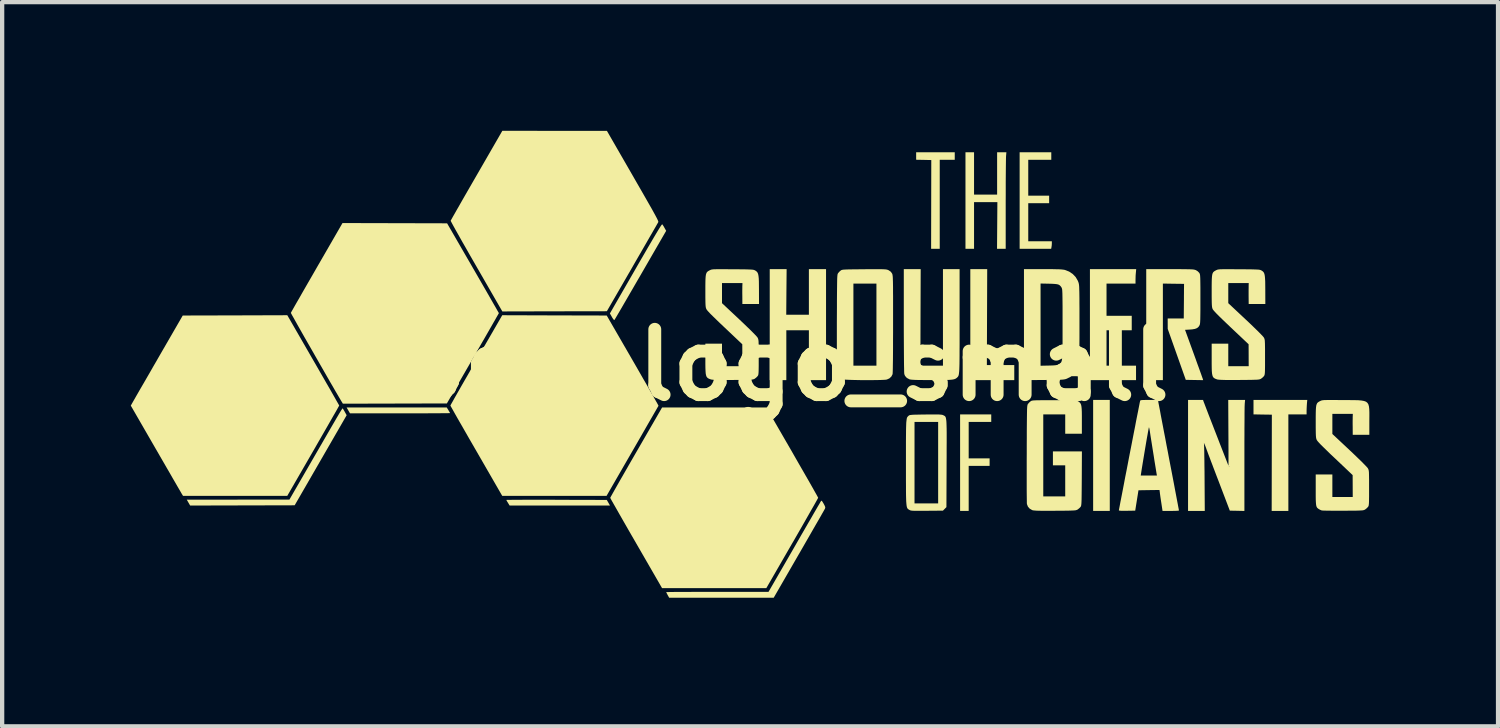
<source format=kicad_pcb>
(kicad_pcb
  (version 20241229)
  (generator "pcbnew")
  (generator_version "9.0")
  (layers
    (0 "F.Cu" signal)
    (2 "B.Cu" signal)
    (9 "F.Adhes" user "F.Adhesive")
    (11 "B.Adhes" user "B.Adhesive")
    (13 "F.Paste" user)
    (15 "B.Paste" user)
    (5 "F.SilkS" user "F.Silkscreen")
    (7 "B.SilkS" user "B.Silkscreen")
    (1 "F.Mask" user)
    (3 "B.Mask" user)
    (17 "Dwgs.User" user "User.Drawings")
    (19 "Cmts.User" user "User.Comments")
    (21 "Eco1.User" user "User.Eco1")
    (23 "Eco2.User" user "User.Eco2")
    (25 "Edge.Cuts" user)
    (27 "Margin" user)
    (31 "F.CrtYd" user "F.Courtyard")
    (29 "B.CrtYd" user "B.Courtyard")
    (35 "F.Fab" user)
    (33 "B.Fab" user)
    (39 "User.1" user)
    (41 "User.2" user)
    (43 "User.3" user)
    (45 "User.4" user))
  (footprint "TSoG_logo_small"
    (layer "F.Cu")
    (at 14.685 5.463)
    (property "Reference" "TSoG_logo_small" (at 0 0 0) (layer "F.SilkS") (effects (font (size 1.524 1.524) (thickness 0.3))))
    (attr through_hole)
    (fp_poly (pts (xy 8.142 3.4) (xy 7.754 3.4) (xy 7.754 0.812) (xy 8.142 0.812)) (stroke (width 0) (type solid)) (fill yes) (layer "F.SilkS"))
    (fp_poly (pts (xy 5.28 -1.119) (xy 5.276 0) (xy 5.915 0) (xy 5.915 0.35) (xy 4.89 0.35) (xy 4.89 -2.237) (xy 5.087 -2.238) (xy 5.284 -2.238)) (stroke (width 0) (type solid)) (fill yes) (layer "F.SilkS"))
    (fp_poly (pts (xy 4.527 -4.787) (xy 4.177 -4.787) (xy 4.177 -2.712) (xy 3.976 -2.712) (xy 3.978 -3.747) (xy 3.98 -4.781) (xy 3.803 -4.785) (xy 3.627 -4.788) (xy 3.627 -4.963) (xy 4.527 -4.963)) (stroke (width 0) (type solid)) (fill yes) (layer "F.SilkS"))
    (fp_poly (pts (xy 5.378 1.325) (xy 4.852 1.325) (xy 4.852 2.175) (xy 5.34 2.175) (xy 5.34 2.35) (xy 4.852 2.35) (xy 4.852 3.4) (xy 4.652 3.4) (xy 4.652 1.15) (xy 5.378 1.15)) (stroke (width 0) (type solid)) (fill yes) (layer "F.SilkS"))
    (fp_poly (pts (xy 0.602 -1.706) (xy 0.598 -1.175) (xy 1.126 -1.175) (xy 1.126 -2.237) (xy 1.526 -2.237) (xy 1.526 0.35) (xy 1.126 0.35) (xy 1.126 -0.812) (xy 0.6 -0.812) (xy 0.6 0.35) (xy 0.213 0.35) (xy 0.213 -2.237) (xy 0.41 -2.238) (xy 0.607 -2.238)) (stroke (width 0) (type solid)) (fill yes) (layer "F.SilkS"))
    (fp_poly (pts (xy 12.739 0.897) (xy 12.735 0.958) (xy 12.732 1.026) (xy 12.731 1.066) (xy 12.731 1.15) (xy 12.306 1.15) (xy 12.306 3.4) (xy 11.917 3.4) (xy 11.919 2.278) (xy 11.921 1.156) (xy 11.707 1.153) (xy 11.493 1.149) (xy 11.493 0.812) (xy 12.747 0.812)) (stroke (width 0) (type solid)) (fill yes) (layer "F.SilkS"))
    (fp_poly (pts (xy 6.778 -4.787) (xy 6.241 -4.787) (xy 6.241 -3.95) (xy 6.728 -3.95) (xy 6.728 -3.775) (xy 6.241 -3.775) (xy 6.241 -2.888) (xy 6.791 -2.888) (xy 6.791 -2.839) (xy 6.789 -2.795) (xy 6.783 -2.754) (xy 6.783 -2.752) (xy 6.775 -2.712) (xy 6.04 -2.712) (xy 6.04 -4.963) (xy 6.778 -4.963)) (stroke (width 0) (type solid)) (fill yes) (layer "F.SilkS"))
    (fp_poly (pts (xy 8.75 -2.153) (xy 8.745 -2.092) (xy 8.743 -2.024) (xy 8.742 -1.984) (xy 8.742 -1.9) (xy 8.066 -1.9) (xy 8.066 -1.15) (xy 8.654 -1.15) (xy 8.654 -0.812) (xy 8.066 -0.812) (xy 8.066 0.013) (xy 8.754 0.013) (xy 8.754 0.35) (xy 7.679 0.35) (xy 7.679 -2.237) (xy 8.758 -2.237)) (stroke (width 0) (type solid)) (fill yes) (layer "F.SilkS"))
    (fp_poly (pts (xy -7.28 1.05) (xy -7.259 1.085) (xy -7.245 1.11) (xy -7.241 1.119) (xy -7.253 1.12) (xy -7.289 1.121) (xy -7.346 1.121) (xy -7.423 1.122) (xy -7.518 1.123) (xy -7.629 1.123) (xy -7.755 1.124) (xy -7.894 1.124) (xy -8.043 1.125) (xy -8.203 1.125) (xy -8.37 1.125) (xy -8.408 1.125) (xy -9.574 1.125) (xy -9.614 1.056) (xy -9.653 0.988) (xy -7.318 0.988)) (stroke (width 0) (type solid)) (fill yes) (layer "F.SilkS"))
    (fp_poly (pts (xy -5.125 3.14) (xy -4.966 3.14) (xy -4.799 3.14) (xy -4.757 3.141) (xy -3.586 3.144) (xy -3.549 3.209) (xy -3.512 3.275) (xy -5.852 3.275) (xy -5.871 3.244) (xy -5.893 3.208) (xy -5.909 3.182) (xy -5.923 3.157) (xy -5.928 3.144) (xy -5.916 3.143) (xy -5.88 3.142) (xy -5.823 3.142) (xy -5.746 3.141) (xy -5.651 3.141) (xy -5.54 3.14) (xy -5.414 3.14) (xy -5.275 3.14)) (stroke (width 0) (type solid)) (fill yes) (layer "F.SilkS"))
    (fp_poly (pts (xy 4.977 -3.975) (xy 5.515 -3.975) (xy 5.515 -4.963) (xy 5.731 -4.963) (xy 5.723 -4.867) (xy 5.722 -4.84) (xy 5.721 -4.789) (xy 5.72 -4.718) (xy 5.719 -4.629) (xy 5.718 -4.522) (xy 5.717 -4.401) (xy 5.716 -4.267) (xy 5.716 -4.123) (xy 5.716 -3.971) (xy 5.715 -3.812) (xy 5.715 -3.742) (xy 5.715 -2.712) (xy 5.513 -2.712) (xy 5.521 -3.8) (xy 5.249 -3.8) (xy 4.977 -3.8) (xy 4.977 -2.712) (xy 4.777 -2.712) (xy 4.777 -4.963) (xy 4.977 -4.963)) (stroke (width 0) (type solid)) (fill yes) (layer "F.SilkS"))
    (fp_poly (pts (xy -9.741 1.012) (xy -9.739 1.016) (xy -9.738 1.02) (xy -9.737 1.021) (xy -9.722 1.045) (xy -9.701 1.08) (xy -9.687 1.106) (xy -9.652 1.169) (xy -10.258 2.219) (xy -10.864 3.269) (xy -13.301 3.275) (xy -13.341 3.206) (xy -13.38 3.138) (xy -12.183 3.137) (xy -10.987 3.137) (xy -10.581 2.434) (xy -10.462 2.228) (xy -10.355 2.043) (xy -10.259 1.877) (xy -10.174 1.73) (xy -10.099 1.6) (xy -10.033 1.486) (xy -9.976 1.388) (xy -9.927 1.304) (xy -9.886 1.233) (xy -9.851 1.174) (xy -9.823 1.126) (xy -9.8 1.088) (xy -9.782 1.059) (xy -9.768 1.038) (xy -9.758 1.023) (xy -9.75 1.014) (xy -9.746 1.01) (xy -9.743 1.01)) (stroke (width 0) (type solid)) (fill yes) (layer "F.SilkS"))
    (fp_poly (pts (xy -2.293 -3.283) (xy -2.28 -3.265) (xy -2.259 -3.233) (xy -2.241 -3.2) (xy -2.202 -3.131) (xy -2.8 -2.096) (xy -2.886 -1.948) (xy -2.968 -1.806) (xy -3.046 -1.672) (xy -3.118 -1.547) (xy -3.185 -1.432) (xy -3.244 -1.33) (xy -3.296 -1.241) (xy -3.339 -1.168) (xy -3.373 -1.11) (xy -3.396 -1.072) (xy -3.408 -1.052) (xy -3.409 -1.05) (xy -3.421 -1.055) (xy -3.44 -1.078) (xy -3.465 -1.117) (xy -3.467 -1.122) (xy -3.514 -1.204) (xy -2.911 -2.251) (xy -2.805 -2.435) (xy -2.71 -2.598) (xy -2.627 -2.742) (xy -2.554 -2.866) (xy -2.492 -2.972) (xy -2.439 -3.061) (xy -2.395 -3.134) (xy -2.36 -3.191) (xy -2.333 -3.234) (xy -2.313 -3.263) (xy -2.3 -3.279) (xy -2.293 -3.283)) (stroke (width 0) (type solid)) (fill yes) (layer "F.SilkS"))
    (fp_poly (pts (xy 0.739 2.033) (xy 0.824 2.182) (xy 0.906 2.325) (xy 0.984 2.46) (xy 1.056 2.586) (xy 1.123 2.702) (xy 1.182 2.806) (xy 1.233 2.896) (xy 1.275 2.971) (xy 1.308 3.029) (xy 1.33 3.07) (xy 1.341 3.091) (xy 1.342 3.094) (xy 1.336 3.106) (xy 1.318 3.139) (xy 1.29 3.19) (xy 1.251 3.259) (xy 1.203 3.343) (xy 1.147 3.441) (xy 1.084 3.552) (xy 1.014 3.675) (xy 0.939 3.806) (xy 0.858 3.946) (xy 0.774 4.093) (xy 0.738 4.154) (xy 0.134 5.2) (xy -2.298 5.2) (xy -2.902 4.154) (xy -2.988 4.005) (xy -3.07 3.863) (xy -3.148 3.727) (xy -3.22 3.601) (xy -3.286 3.486) (xy -3.345 3.382) (xy -3.396 3.292) (xy -3.439 3.217) (xy -3.472 3.159) (xy -3.494 3.118) (xy -3.505 3.097) (xy -3.506 3.095) (xy -3.5 3.082) (xy -3.482 3.05) (xy -3.453 2.998) (xy -3.415 2.93) (xy -3.367 2.846) (xy -3.311 2.747) (xy -3.248 2.637) (xy -3.178 2.515) (xy -3.102 2.383) (xy -3.022 2.243) (xy -2.937 2.096) (xy -2.901 2.034) (xy -2.297 0.988) (xy 0.135 0.988)) (stroke (width 0) (type solid)) (fill yes) (layer "F.SilkS"))
    (fp_poly (pts (xy 1.426 3.165) (xy 1.44 3.182) (xy 1.462 3.218) (xy 1.47 3.232) (xy 1.493 3.275) (xy 1.505 3.304) (xy 1.508 3.324) (xy 1.503 3.342) (xy 1.499 3.351) (xy 1.49 3.367) (xy 1.47 3.403) (xy 1.439 3.457) (xy 1.399 3.528) (xy 1.349 3.615) (xy 1.291 3.715) (xy 1.226 3.828) (xy 1.155 3.952) (xy 1.079 4.084) (xy 0.998 4.225) (xy 0.914 4.371) (xy 0.894 4.405) (xy 0.306 5.424) (xy -2.132 5.425) (xy -2.167 5.362) (xy -2.185 5.327) (xy -2.198 5.302) (xy -2.201 5.294) (xy -2.189 5.293) (xy -2.153 5.292) (xy -2.096 5.291) (xy -2.019 5.29) (xy -1.924 5.29) (xy -1.813 5.289) (xy -1.686 5.289) (xy -1.547 5.288) (xy -1.396 5.288) (xy -1.236 5.288) (xy -1.068 5.288) (xy -1.008 5.287) (xy 0.185 5.287) (xy 0.789 4.241) (xy 0.875 4.091) (xy 0.957 3.948) (xy 1.036 3.812) (xy 1.109 3.685) (xy 1.177 3.569) (xy 1.237 3.464) (xy 1.29 3.373) (xy 1.334 3.297) (xy 1.369 3.238) (xy 1.393 3.196) (xy 1.406 3.174) (xy 1.408 3.171) (xy 1.417 3.162)) (stroke (width 0) (type solid)) (fill yes) (layer "F.SilkS"))
    (fp_poly (pts (xy -4.806 -1.159) (xy -3.588 -1.156) (xy -2.982 -0.108) (xy -2.896 0.041) (xy -2.814 0.184) (xy -2.737 0.319) (xy -2.664 0.444) (xy -2.598 0.56) (xy -2.54 0.663) (xy -2.489 0.753) (xy -2.447 0.827) (xy -2.414 0.885) (xy -2.392 0.925) (xy -2.382 0.946) (xy -2.381 0.948) (xy -2.387 0.96) (xy -2.406 0.992) (xy -2.435 1.043) (xy -2.474 1.11) (xy -2.522 1.194) (xy -2.578 1.291) (xy -2.642 1.402) (xy -2.712 1.524) (xy -2.787 1.655) (xy -2.868 1.795) (xy -2.952 1.941) (xy -2.988 2.003) (xy -3.592 3.05) (xy -6.024 3.05) (xy -6.628 2.003) (xy -6.714 1.854) (xy -6.796 1.712) (xy -6.874 1.576) (xy -6.946 1.45) (xy -7.013 1.334) (xy -7.072 1.231) (xy -7.123 1.141) (xy -7.165 1.066) (xy -7.198 1.007) (xy -7.221 0.967) (xy -7.232 0.946) (xy -7.233 0.943) (xy -7.227 0.931) (xy -7.209 0.898) (xy -7.18 0.847) (xy -7.142 0.778) (xy -7.094 0.694) (xy -7.038 0.596) (xy -6.975 0.485) (xy -6.905 0.363) (xy -6.829 0.232) (xy -6.749 0.092) (xy -6.664 -0.055) (xy -6.629 -0.116) (xy -6.024 -1.163)) (stroke (width 0) (type solid)) (fill yes) (layer "F.SilkS"))
    (fp_poly (pts (xy -10.431 -0.114) (xy -10.345 0.035) (xy -10.263 0.178) (xy -10.185 0.313) (xy -10.113 0.439) (xy -10.046 0.554) (xy -9.987 0.658) (xy -9.936 0.747) (xy -9.894 0.822) (xy -9.861 0.88) (xy -9.838 0.92) (xy -9.827 0.941) (xy -9.826 0.944) (xy -9.832 0.955) (xy -9.85 0.987) (xy -9.878 1.038) (xy -9.917 1.106) (xy -9.965 1.189) (xy -10.021 1.287) (xy -10.084 1.397) (xy -10.154 1.519) (xy -10.23 1.651) (xy -10.31 1.79) (xy -10.394 1.937) (xy -10.431 2.001) (xy -11.037 3.05) (xy -12.252 3.05) (xy -13.467 3.05) (xy -13.492 3.009) (xy -13.502 2.993) (xy -13.523 2.956) (xy -13.555 2.901) (xy -13.597 2.829) (xy -13.647 2.742) (xy -13.706 2.641) (xy -13.771 2.527) (xy -13.843 2.403) (xy -13.92 2.27) (xy -14.001 2.13) (xy -14.085 1.984) (xy -14.101 1.957) (xy -14.685 0.945) (xy -14.664 0.907) (xy -14.655 0.891) (xy -14.634 0.854) (xy -14.603 0.8) (xy -14.562 0.728) (xy -14.512 0.641) (xy -14.454 0.54) (xy -14.388 0.427) (xy -14.317 0.304) (xy -14.24 0.171) (xy -14.16 0.031) (xy -14.075 -0.115) (xy -14.059 -0.144) (xy -13.474 -1.156) (xy -12.255 -1.159) (xy -11.036 -1.163)) (stroke (width 0) (type solid)) (fill yes) (layer "F.SilkS"))
    (fp_poly (pts (xy -4.802 -5.462) (xy -3.583 -5.461) (xy -2.978 -4.411) (xy -2.877 -4.235) (xy -2.787 -4.079) (xy -2.709 -3.943) (xy -2.641 -3.824) (xy -2.583 -3.722) (xy -2.533 -3.635) (xy -2.493 -3.562) (xy -2.46 -3.502) (xy -2.434 -3.453) (xy -2.414 -3.415) (xy -2.4 -3.385) (xy -2.391 -3.364) (xy -2.386 -3.349) (xy -2.385 -3.339) (xy -2.386 -3.334) (xy -2.394 -3.319) (xy -2.414 -3.284) (xy -2.444 -3.231) (xy -2.485 -3.161) (xy -2.534 -3.075) (xy -2.592 -2.976) (xy -2.656 -2.864) (xy -2.727 -2.741) (xy -2.803 -2.609) (xy -2.884 -2.469) (xy -2.969 -2.322) (xy -2.992 -2.281) (xy -3.585 -1.256) (xy -4.804 -1.254) (xy -6.022 -1.251) (xy -6.626 -2.3) (xy -6.712 -2.449) (xy -6.794 -2.592) (xy -6.871 -2.728) (xy -6.944 -2.854) (xy -7.009 -2.97) (xy -7.068 -3.075) (xy -7.119 -3.165) (xy -7.161 -3.241) (xy -7.193 -3.3) (xy -7.215 -3.342) (xy -7.226 -3.363) (xy -7.226 -3.366) (xy -7.22 -3.379) (xy -7.201 -3.413) (xy -7.172 -3.465) (xy -7.133 -3.533) (xy -7.085 -3.618) (xy -7.028 -3.717) (xy -6.965 -3.828) (xy -6.895 -3.95) (xy -6.819 -4.082) (xy -6.738 -4.222) (xy -6.654 -4.368) (xy -6.622 -4.423) (xy -6.022 -5.463)) (stroke (width 0) (type solid)) (fill yes) (layer "F.SilkS"))
    (fp_poly (pts (xy 3.729 -1.113) (xy 3.726 0.013) (xy 4.252 0.013) (xy 4.252 -2.237) (xy 4.64 -2.237) (xy 4.64 -1.025) (xy 4.64 -0.819) (xy 4.64 -0.638) (xy 4.64 -0.478) (xy 4.639 -0.339) (xy 4.639 -0.218) (xy 4.638 -0.116) (xy 4.637 -0.029) (xy 4.635 0.043) (xy 4.633 0.103) (xy 4.63 0.15) (xy 4.626 0.188) (xy 4.622 0.217) (xy 4.617 0.239) (xy 4.61 0.255) (xy 4.603 0.268) (xy 4.595 0.278) (xy 4.586 0.286) (xy 4.576 0.296) (xy 4.559 0.309) (xy 4.54 0.32) (xy 4.516 0.329) (xy 4.485 0.336) (xy 4.444 0.341) (xy 4.391 0.345) (xy 4.322 0.347) (xy 4.237 0.349) (xy 4.132 0.349) (xy 4.004 0.349) (xy 3.983 0.349) (xy 3.855 0.349) (xy 3.749 0.348) (xy 3.664 0.347) (xy 3.597 0.345) (xy 3.546 0.342) (xy 3.509 0.339) (xy 3.484 0.335) (xy 3.472 0.332) (xy 3.41 0.299) (xy 3.368 0.252) (xy 3.352 0.213) (xy 3.349 0.193) (xy 3.347 0.148) (xy 3.346 0.08) (xy 3.344 -0.011) (xy 3.343 -0.124) (xy 3.342 -0.258) (xy 3.341 -0.412) (xy 3.34 -0.586) (xy 3.339 -0.779) (xy 3.339 -0.99) (xy 3.339 -1.034) (xy 3.339 -2.237) (xy 3.536 -2.238) (xy 3.733 -2.238)) (stroke (width 0) (type solid)) (fill yes) (layer "F.SilkS"))
    (fp_poly (pts (xy -8.529 -3.309) (xy -7.31 -3.306) (xy -6.707 -2.263) (xy -6.621 -2.114) (xy -6.539 -1.972) (xy -6.461 -1.837) (xy -6.389 -1.712) (xy -6.323 -1.597) (xy -6.264 -1.494) (xy -6.213 -1.405) (xy -6.17 -1.331) (xy -6.138 -1.273) (xy -6.115 -1.234) (xy -6.104 -1.214) (xy -6.103 -1.211) (xy -6.109 -1.2) (xy -6.127 -1.168) (xy -6.156 -1.118) (xy -6.194 -1.05) (xy -6.242 -0.967) (xy -6.298 -0.869) (xy -6.361 -0.759) (xy -6.431 -0.637) (xy -6.507 -0.506) (xy -6.587 -0.366) (xy -6.671 -0.22) (xy -6.709 -0.155) (xy -7.315 0.894) (xy -8.527 0.897) (xy -9.74 0.9) (xy -9.765 0.859) (xy -9.79 0.817) (xy -9.825 0.758) (xy -9.869 0.683) (xy -9.92 0.596) (xy -9.977 0.496) (xy -10.041 0.387) (xy -10.108 0.27) (xy -10.179 0.146) (xy -10.252 0.019) (xy -10.327 -0.112) (xy -10.402 -0.243) (xy -10.476 -0.373) (xy -10.549 -0.5) (xy -10.619 -0.622) (xy -10.685 -0.738) (xy -10.746 -0.846) (xy -10.801 -0.943) (xy -10.849 -1.029) (xy -10.889 -1.101) (xy -10.921 -1.157) (xy -10.942 -1.196) (xy -10.952 -1.216) (xy -10.953 -1.218) (xy -10.946 -1.231) (xy -10.928 -1.264) (xy -10.899 -1.315) (xy -10.86 -1.384) (xy -10.812 -1.468) (xy -10.755 -1.566) (xy -10.692 -1.677) (xy -10.622 -1.799) (xy -10.546 -1.931) (xy -10.465 -2.071) (xy -10.381 -2.217) (xy -10.349 -2.273) (xy -9.749 -3.312)) (stroke (width 0) (type solid)) (fill yes) (layer "F.SilkS"))
    (fp_poly (pts (xy 9.545 -2.237) (xy 9.678 -2.237) (xy 9.788 -2.237) (xy 9.878 -2.236) (xy 9.95 -2.235) (xy 10.007 -2.234) (xy 10.05 -2.232) (xy 10.083 -2.23) (xy 10.108 -2.226) (xy 10.126 -2.222) (xy 10.141 -2.217) (xy 10.152 -2.213) (xy 10.194 -2.186) (xy 10.227 -2.152) (xy 10.23 -2.148) (xy 10.236 -2.137) (xy 10.241 -2.125) (xy 10.245 -2.109) (xy 10.248 -2.087) (xy 10.25 -2.057) (xy 10.252 -2.016) (xy 10.253 -1.963) (xy 10.254 -1.893) (xy 10.255 -1.807) (xy 10.255 -1.7) (xy 10.255 -1.572) (xy 10.255 -1.538) (xy 10.255 -1.402) (xy 10.255 -1.29) (xy 10.254 -1.197) (xy 10.253 -1.123) (xy 10.252 -1.065) (xy 10.25 -1.02) (xy 10.248 -0.987) (xy 10.245 -0.963) (xy 10.241 -0.945) (xy 10.236 -0.931) (xy 10.233 -0.925) (xy 10.209 -0.889) (xy 10.175 -0.862) (xy 10.128 -0.844) (xy 10.064 -0.833) (xy 10.015 -0.829) (xy 9.897 -0.822) (xy 10.1 -0.264) (xy 10.141 -0.151) (xy 10.179 -0.044) (xy 10.215 0.054) (xy 10.246 0.14) (xy 10.272 0.212) (xy 10.292 0.269) (xy 10.305 0.306) (xy 10.311 0.322) (xy 10.319 0.351) (xy 9.914 0.344) (xy 9.493 -0.844) (xy 9.492 -1.087) (xy 9.867 -1.087) (xy 9.87 -1.438) (xy 9.871 -1.532) (xy 9.871 -1.62) (xy 9.872 -1.699) (xy 9.872 -1.764) (xy 9.873 -1.813) (xy 9.873 -1.84) (xy 9.873 -1.841) (xy 9.874 -1.894) (xy 9.627 -1.897) (xy 9.38 -1.901) (xy 9.38 0.35) (xy 8.992 0.35) (xy 8.992 -2.237)) (stroke (width 0) (type solid)) (fill yes) (layer "F.SilkS"))
    (fp_poly (pts (xy 10.337 0.872) (xy 10.347 0.896) (xy 10.364 0.941) (xy 10.387 1.002) (xy 10.416 1.077) (xy 10.45 1.166) (xy 10.488 1.264) (xy 10.529 1.369) (xy 10.572 1.48) (xy 10.616 1.593) (xy 10.66 1.706) (xy 10.703 1.818) (xy 10.745 1.925) (xy 10.784 2.025) (xy 10.819 2.115) (xy 10.85 2.194) (xy 10.875 2.259) (xy 10.894 2.308) (xy 10.906 2.337) (xy 10.909 2.345) (xy 10.91 2.334) (xy 10.91 2.299) (xy 10.91 2.244) (xy 10.91 2.17) (xy 10.91 2.08) (xy 10.91 1.975) (xy 10.909 1.858) (xy 10.909 1.73) (xy 10.908 1.595) (xy 10.908 1.58) (xy 10.904 0.812) (xy 11.297 0.812) (xy 11.289 0.897) (xy 11.288 0.921) (xy 11.286 0.969) (xy 11.285 1.038) (xy 11.284 1.126) (xy 11.284 1.232) (xy 11.283 1.353) (xy 11.282 1.489) (xy 11.282 1.636) (xy 11.281 1.794) (xy 11.281 1.959) (xy 11.281 2.131) (xy 11.281 2.191) (xy 11.281 3.401) (xy 11.111 3.397) (xy 10.941 3.394) (xy 10.679 2.706) (xy 10.63 2.579) (xy 10.584 2.458) (xy 10.55 2.369) (xy 10.918 2.369) (xy 10.924 2.375) (xy 10.93 2.369) (xy 10.924 2.362) (xy 10.918 2.369) (xy 10.55 2.369) (xy 10.541 2.344) (xy 10.501 2.24) (xy 10.467 2.148) (xy 10.437 2.07) (xy 10.415 2.01) (xy 10.399 1.968) (xy 10.393 1.95) (xy 10.379 1.912) (xy 10.365 1.875) (xy 10.351 1.843) (xy 10.341 1.821) (xy 10.335 1.812) (xy 10.337 1.821) (xy 10.338 1.825) (xy 10.34 1.843) (xy 10.341 1.883) (xy 10.343 1.944) (xy 10.345 2.024) (xy 10.346 2.119) (xy 10.348 2.228) (xy 10.349 2.349) (xy 10.351 2.479) (xy 10.352 2.616) (xy 10.352 2.628) (xy 10.357 3.4) (xy 9.967 3.4) (xy 9.967 0.812) (xy 10.316 0.812)) (stroke (width 0) (type solid)) (fill yes) (layer "F.SilkS"))
    (fp_poly (pts (xy 4.111 1.151) (xy 4.161 1.152) (xy 4.198 1.155) (xy 4.225 1.158) (xy 4.244 1.162) (xy 4.258 1.168) (xy 4.26 1.169) (xy 4.274 1.176) (xy 4.287 1.183) (xy 4.298 1.191) (xy 4.307 1.201) (xy 4.315 1.216) (xy 4.321 1.237) (xy 4.326 1.265) (xy 4.331 1.302) (xy 4.334 1.35) (xy 4.336 1.41) (xy 4.338 1.484) (xy 4.339 1.574) (xy 4.339 1.681) (xy 4.339 1.806) (xy 4.338 1.952) (xy 4.338 2.12) (xy 4.337 2.29) (xy 4.333 3.312) (xy 4.252 3.394) (xy 3.88 3.397) (xy 3.773 3.398) (xy 3.689 3.398) (xy 3.623 3.398) (xy 3.574 3.397) (xy 3.538 3.395) (xy 3.512 3.392) (xy 3.494 3.388) (xy 3.479 3.382) (xy 3.467 3.375) (xy 3.467 3.375) (xy 3.453 3.367) (xy 3.441 3.359) (xy 3.43 3.349) (xy 3.422 3.337) (xy 3.414 3.32) (xy 3.408 3.297) (xy 3.403 3.266) (xy 3.399 3.225) (xy 3.395 3.174) (xy 3.393 3.109) (xy 3.391 3.03) (xy 3.39 2.935) (xy 3.39 2.822) (xy 3.389 2.69) (xy 3.389 2.537) (xy 3.389 2.361) (xy 3.389 2.275) (xy 3.389 2.09) (xy 3.389 1.928) (xy 3.389 1.788) (xy 3.39 1.668) (xy 3.391 1.566) (xy 3.392 1.481) (xy 3.394 1.411) (xy 3.396 1.355) (xy 3.398 1.325) (xy 3.589 1.325) (xy 3.589 3.225) (xy 4.14 3.225) (xy 4.14 1.325) (xy 3.589 1.325) (xy 3.398 1.325) (xy 3.4 1.31) (xy 3.404 1.275) (xy 3.408 1.248) (xy 3.414 1.228) (xy 3.421 1.213) (xy 3.43 1.202) (xy 3.439 1.192) (xy 3.45 1.182) (xy 3.451 1.181) (xy 3.461 1.174) (xy 3.472 1.168) (xy 3.49 1.164) (xy 3.515 1.161) (xy 3.552 1.158) (xy 3.602 1.156) (xy 3.669 1.155) (xy 3.756 1.153) (xy 3.85 1.152) (xy 3.958 1.151) (xy 4.044 1.151)) (stroke (width 0) (type solid)) (fill yes) (layer "F.SilkS"))
    (fp_poly (pts (xy 6.706 -2.237) (xy 6.808 -2.237) (xy 6.89 -2.235) (xy 6.955 -2.234) (xy 7.006 -2.231) (xy 7.045 -2.227) (xy 7.076 -2.223) (xy 7.098 -2.218) (xy 7.193 -2.181) (xy 7.277 -2.125) (xy 7.347 -2.052) (xy 7.397 -1.966) (xy 7.413 -1.925) (xy 7.417 -1.91) (xy 7.421 -1.893) (xy 7.424 -1.872) (xy 7.427 -1.844) (xy 7.429 -1.808) (xy 7.43 -1.763) (xy 7.432 -1.706) (xy 7.433 -1.636) (xy 7.434 -1.55) (xy 7.434 -1.448) (xy 7.435 -1.326) (xy 7.435 -1.185) (xy 7.435 -1.02) (xy 7.435 -0.944) (xy 7.435 -0.77) (xy 7.435 -0.619) (xy 7.434 -0.49) (xy 7.434 -0.38) (xy 7.433 -0.288) (xy 7.432 -0.212) (xy 7.431 -0.15) (xy 7.43 -0.101) (xy 7.428 -0.062) (xy 7.425 -0.032) (xy 7.422 -0.008) (xy 7.419 0.01) (xy 7.415 0.025) (xy 7.412 0.033) (xy 7.367 0.131) (xy 7.305 0.211) (xy 7.225 0.274) (xy 7.142 0.316) (xy 7.123 0.323) (xy 7.104 0.329) (xy 7.082 0.333) (xy 7.055 0.337) (xy 7.02 0.34) (xy 6.974 0.342) (xy 6.914 0.344) (xy 6.838 0.345) (xy 6.742 0.346) (xy 6.625 0.347) (xy 6.606 0.347) (xy 6.141 0.351) (xy 6.141 0.015) (xy 6.528 0.015) (xy 6.719 0.011) (xy 6.794 0.009) (xy 6.848 0.006) (xy 6.887 0.002) (xy 6.914 -0.003) (xy 6.936 -0.011) (xy 6.955 -0.022) (xy 6.972 -0.032) (xy 6.986 -0.042) (xy 6.998 -0.052) (xy 7.008 -0.066) (xy 7.017 -0.085) (xy 7.024 -0.11) (xy 7.029 -0.144) (xy 7.033 -0.188) (xy 7.036 -0.244) (xy 7.038 -0.315) (xy 7.04 -0.401) (xy 7.041 -0.504) (xy 7.041 -0.627) (xy 7.041 -0.772) (xy 7.041 -0.939) (xy 7.041 -0.952) (xy 7.041 -1.115) (xy 7.041 -1.255) (xy 7.041 -1.374) (xy 7.04 -1.473) (xy 7.039 -1.555) (xy 7.038 -1.621) (xy 7.037 -1.674) (xy 7.035 -1.714) (xy 7.033 -1.745) (xy 7.031 -1.767) (xy 7.027 -1.783) (xy 7.023 -1.795) (xy 7.019 -1.805) (xy 7.017 -1.809) (xy 6.997 -1.838) (xy 6.975 -1.86) (xy 6.949 -1.876) (xy 6.913 -1.886) (xy 6.863 -1.892) (xy 6.795 -1.896) (xy 6.726 -1.898) (xy 6.528 -1.902) (xy 6.528 0.015) (xy 6.141 0.015) (xy 6.141 -2.237) (xy 6.582 -2.237)) (stroke (width 0) (type solid)) (fill yes) (layer "F.SilkS"))
    (fp_poly (pts (xy 2.799 -2.236) (xy 2.85 -2.235) (xy 2.89 -2.233) (xy 2.919 -2.231) (xy 2.941 -2.227) (xy 2.958 -2.223) (xy 2.972 -2.217) (xy 2.985 -2.212) (xy 3.036 -2.177) (xy 3.064 -2.137) (xy 3.069 -2.128) (xy 3.072 -2.118) (xy 3.076 -2.105) (xy 3.078 -2.087) (xy 3.081 -2.064) (xy 3.083 -2.033) (xy 3.084 -1.993) (xy 3.086 -1.942) (xy 3.087 -1.879) (xy 3.088 -1.802) (xy 3.088 -1.709) (xy 3.089 -1.599) (xy 3.089 -1.471) (xy 3.089 -1.322) (xy 3.089 -1.152) (xy 3.089 -0.96) (xy 3.089 -0.756) (xy 3.088 -0.568) (xy 3.088 -0.399) (xy 3.087 -0.248) (xy 3.086 -0.117) (xy 3.084 -0.006) (xy 3.083 0.083) (xy 3.081 0.15) (xy 3.079 0.194) (xy 3.077 0.213) (xy 3.049 0.267) (xy 3.003 0.31) (xy 2.945 0.336) (xy 2.916 0.341) (xy 2.867 0.344) (xy 2.8 0.347) (xy 2.718 0.349) (xy 2.627 0.35) (xy 2.528 0.35) (xy 2.426 0.35) (xy 2.324 0.35) (xy 2.225 0.348) (xy 2.134 0.346) (xy 2.053 0.343) (xy 1.986 0.34) (xy 1.937 0.336) (xy 1.909 0.332) (xy 1.907 0.331) (xy 1.848 0.299) (xy 1.806 0.25) (xy 1.783 0.19) (xy 1.782 0.185) (xy 1.781 0.165) (xy 1.78 0.121) (xy 1.779 0.057) (xy 1.779 -0.027) (xy 1.778 -0.129) (xy 1.778 -0.246) (xy 1.778 -0.377) (xy 1.778 -0.519) (xy 1.778 -0.672) (xy 1.778 -0.832) (xy 1.778 -0.99) (xy 1.779 -1.183) (xy 1.78 -1.352) (xy 1.78 -1.499) (xy 1.781 -1.627) (xy 1.782 -1.735) (xy 1.783 -1.827) (xy 1.784 -1.9) (xy 2.164 -1.9) (xy 2.164 0.013) (xy 2.701 0.013) (xy 2.701 -1.9) (xy 2.164 -1.9) (xy 1.784 -1.9) (xy 1.784 -1.903) (xy 1.785 -1.964) (xy 1.786 -2.014) (xy 1.788 -2.052) (xy 1.79 -2.082) (xy 1.793 -2.103) (xy 1.795 -2.119) (xy 1.799 -2.129) (xy 1.803 -2.137) (xy 1.807 -2.144) (xy 1.808 -2.145) (xy 1.838 -2.179) (xy 1.868 -2.205) (xy 1.878 -2.212) (xy 1.889 -2.217) (xy 1.904 -2.221) (xy 1.925 -2.225) (xy 1.955 -2.227) (xy 1.997 -2.229) (xy 2.052 -2.231) (xy 2.124 -2.232) (xy 2.213 -2.233) (xy 2.324 -2.234) (xy 2.416 -2.235) (xy 2.543 -2.236) (xy 2.647 -2.236) (xy 2.732 -2.236)) (stroke (width 0) (type solid)) (fill yes) (layer "F.SilkS"))
    (fp_poly (pts (xy 6.972 0.819) (xy 7.077 0.819) (xy 7.162 0.82) (xy 7.228 0.82) (xy 7.28 0.822) (xy 7.319 0.824) (xy 7.347 0.826) (xy 7.368 0.83) (xy 7.383 0.834) (xy 7.395 0.84) (xy 7.402 0.844) (xy 7.427 0.86) (xy 7.447 0.878) (xy 7.463 0.901) (xy 7.474 0.93) (xy 7.482 0.971) (xy 7.487 1.024) (xy 7.49 1.094) (xy 7.491 1.183) (xy 7.491 1.281) (xy 7.491 1.6) (xy 7.103 1.6) (xy 7.103 1.15) (xy 6.591 1.15) (xy 6.591 3.062) (xy 7.103 3.062) (xy 7.103 2.337) (xy 6.816 2.337) (xy 6.816 2.013) (xy 7.492 2.013) (xy 7.489 2.643) (xy 7.488 2.785) (xy 7.487 2.903) (xy 7.486 3.002) (xy 7.485 3.081) (xy 7.484 3.144) (xy 7.482 3.193) (xy 7.48 3.23) (xy 7.477 3.257) (xy 7.474 3.276) (xy 7.47 3.29) (xy 7.465 3.299) (xy 7.459 3.308) (xy 7.459 3.308) (xy 7.429 3.339) (xy 7.393 3.367) (xy 7.39 3.369) (xy 7.378 3.375) (xy 7.364 3.38) (xy 7.346 3.385) (xy 7.321 3.388) (xy 7.287 3.39) (xy 7.24 3.392) (xy 7.179 3.394) (xy 7.102 3.395) (xy 7.004 3.396) (xy 6.885 3.396) (xy 6.866 3.397) (xy 6.738 3.397) (xy 6.632 3.397) (xy 6.547 3.397) (xy 6.48 3.396) (xy 6.428 3.394) (xy 6.389 3.391) (xy 6.361 3.388) (xy 6.341 3.384) (xy 6.334 3.382) (xy 6.275 3.348) (xy 6.233 3.3) (xy 6.21 3.24) (xy 6.21 3.235) (xy 6.208 3.215) (xy 6.208 3.171) (xy 6.207 3.107) (xy 6.206 3.023) (xy 6.205 2.921) (xy 6.205 2.804) (xy 6.205 2.673) (xy 6.205 2.531) (xy 6.205 2.378) (xy 6.205 2.218) (xy 6.206 2.06) (xy 6.206 1.867) (xy 6.207 1.698) (xy 6.207 1.551) (xy 6.208 1.423) (xy 6.209 1.315) (xy 6.21 1.223) (xy 6.211 1.147) (xy 6.212 1.086) (xy 6.213 1.036) (xy 6.215 0.998) (xy 6.217 0.968) (xy 6.22 0.947) (xy 6.223 0.931) (xy 6.226 0.921) (xy 6.23 0.913) (xy 6.234 0.906) (xy 6.235 0.905) (xy 6.265 0.871) (xy 6.295 0.845) (xy 6.305 0.838) (xy 6.315 0.833) (xy 6.33 0.829) (xy 6.351 0.825) (xy 6.38 0.823) (xy 6.421 0.821) (xy 6.475 0.82) (xy 6.545 0.819) (xy 6.634 0.819) (xy 6.743 0.819) (xy 6.845 0.819)) (stroke (width 0) (type solid)) (fill yes) (layer "F.SilkS"))
    (fp_poly (pts (xy 9.274 0.859) (xy 9.277 0.878) (xy 9.285 0.92) (xy 9.297 0.982) (xy 9.313 1.064) (xy 9.331 1.164) (xy 9.353 1.279) (xy 9.378 1.409) (xy 9.405 1.552) (xy 9.435 1.705) (xy 9.465 1.867) (xy 9.498 2.036) (xy 9.518 2.144) (xy 9.551 2.316) (xy 9.583 2.481) (xy 9.613 2.638) (xy 9.641 2.785) (xy 9.666 2.919) (xy 9.689 3.04) (xy 9.709 3.146) (xy 9.726 3.235) (xy 9.739 3.306) (xy 9.749 3.356) (xy 9.754 3.385) (xy 9.755 3.391) (xy 9.743 3.394) (xy 9.71 3.397) (xy 9.662 3.399) (xy 9.6 3.4) (xy 9.563 3.4) (xy 9.372 3.4) (xy 9.345 3.222) (xy 9.334 3.151) (xy 9.324 3.084) (xy 9.316 3.026) (xy 9.31 2.984) (xy 9.31 2.978) (xy 9.301 2.912) (xy 9.056 2.915) (xy 8.811 2.919) (xy 8.735 3.394) (xy 8.545 3.397) (xy 8.463 3.398) (xy 8.406 3.397) (xy 8.37 3.394) (xy 8.355 3.389) (xy 8.354 3.387) (xy 8.356 3.373) (xy 8.363 3.336) (xy 8.374 3.279) (xy 8.388 3.203) (xy 8.406 3.111) (xy 8.427 3.004) (xy 8.45 2.885) (xy 8.475 2.754) (xy 8.501 2.615) (xy 8.509 2.575) (xy 8.864 2.575) (xy 9.241 2.575) (xy 9.235 2.541) (xy 9.23 2.512) (xy 9.222 2.462) (xy 9.211 2.395) (xy 9.198 2.315) (xy 9.183 2.224) (xy 9.168 2.126) (xy 9.152 2.026) (xy 9.136 1.926) (xy 9.121 1.831) (xy 9.107 1.744) (xy 9.095 1.669) (xy 9.086 1.609) (xy 9.08 1.568) (xy 9.079 1.559) (xy 9.071 1.511) (xy 9.063 1.473) (xy 9.057 1.452) (xy 9.055 1.45) (xy 9.052 1.462) (xy 9.045 1.496) (xy 9.035 1.548) (xy 9.023 1.618) (xy 9.008 1.7) (xy 8.992 1.793) (xy 8.975 1.894) (xy 8.957 2) (xy 8.939 2.109) (xy 8.921 2.217) (xy 8.904 2.321) (xy 8.888 2.419) (xy 8.874 2.509) (xy 8.869 2.541) (xy 8.864 2.575) (xy 8.509 2.575) (xy 8.53 2.47) (xy 8.559 2.32) (xy 8.588 2.167) (xy 8.618 2.013) (xy 8.648 1.861) (xy 8.677 1.711) (xy 8.705 1.567) (xy 8.732 1.431) (xy 8.756 1.303) (xy 8.779 1.187) (xy 8.8 1.084) (xy 8.817 0.996) (xy 8.831 0.925) (xy 8.841 0.873) (xy 8.848 0.842) (xy 8.849 0.834) (xy 8.854 0.826) (xy 8.865 0.82) (xy 8.885 0.816) (xy 8.918 0.814) (xy 8.969 0.813) (xy 9.039 0.813) (xy 9.061 0.812) (xy 9.266 0.812)) (stroke (width 0) (type solid)) (fill yes) (layer "F.SilkS"))
    (fp_poly (pts (xy 13.386 0.814) (xy 13.492 0.815) (xy 13.582 0.815) (xy 13.721 0.816) (xy 13.838 0.817) (xy 13.934 0.819) (xy 14.011 0.826) (xy 14.071 0.837) (xy 14.117 0.854) (xy 14.15 0.881) (xy 14.172 0.917) (xy 14.185 0.964) (xy 14.192 1.025) (xy 14.195 1.1) (xy 14.195 1.192) (xy 14.194 1.3) (xy 14.194 1.625) (xy 13.807 1.625) (xy 13.806 1.441) (xy 13.805 1.37) (xy 13.805 1.302) (xy 13.806 1.245) (xy 13.806 1.205) (xy 13.807 1.197) (xy 13.809 1.137) (xy 13.332 1.137) (xy 13.332 1.606) (xy 13.731 1.98) (xy 13.823 2.067) (xy 13.907 2.148) (xy 13.983 2.221) (xy 14.047 2.285) (xy 14.098 2.337) (xy 14.135 2.376) (xy 14.156 2.401) (xy 14.159 2.405) (xy 14.167 2.42) (xy 14.173 2.434) (xy 14.178 2.451) (xy 14.182 2.474) (xy 14.185 2.505) (xy 14.186 2.547) (xy 14.187 2.604) (xy 14.188 2.677) (xy 14.188 2.771) (xy 14.188 2.865) (xy 14.188 2.977) (xy 14.188 3.066) (xy 14.187 3.137) (xy 14.186 3.19) (xy 14.184 3.23) (xy 14.181 3.258) (xy 14.178 3.277) (xy 14.173 3.291) (xy 14.166 3.302) (xy 14.162 3.308) (xy 14.132 3.339) (xy 14.096 3.367) (xy 14.093 3.369) (xy 14.081 3.375) (xy 14.067 3.38) (xy 14.049 3.385) (xy 14.024 3.388) (xy 13.989 3.39) (xy 13.942 3.392) (xy 13.881 3.394) (xy 13.802 3.395) (xy 13.703 3.395) (xy 13.582 3.396) (xy 13.582 3.396) (xy 13.475 3.396) (xy 13.374 3.396) (xy 13.284 3.395) (xy 13.206 3.394) (xy 13.145 3.393) (xy 13.102 3.391) (xy 13.081 3.388) (xy 13.08 3.388) (xy 13.046 3.374) (xy 13.014 3.356) (xy 12.995 3.342) (xy 12.979 3.328) (xy 12.967 3.309) (xy 12.958 3.284) (xy 12.952 3.249) (xy 12.948 3.202) (xy 12.945 3.14) (xy 12.944 3.059) (xy 12.944 2.957) (xy 12.944 2.907) (xy 12.944 2.55) (xy 13.332 2.55) (xy 13.332 3.075) (xy 13.807 3.075) (xy 13.806 2.82) (xy 13.805 2.565) (xy 13.398 2.179) (xy 13.288 2.076) (xy 13.197 1.987) (xy 13.122 1.914) (xy 13.062 1.855) (xy 13.018 1.808) (xy 12.988 1.774) (xy 12.971 1.75) (xy 12.967 1.744) (xy 12.961 1.727) (xy 12.955 1.708) (xy 12.951 1.682) (xy 12.948 1.647) (xy 12.946 1.6) (xy 12.945 1.539) (xy 12.944 1.459) (xy 12.944 1.358) (xy 12.944 1.325) (xy 12.944 1.209) (xy 12.945 1.116) (xy 12.947 1.042) (xy 12.951 0.985) (xy 12.957 0.941) (xy 12.967 0.91) (xy 12.979 0.886) (xy 12.996 0.869) (xy 13.018 0.854) (xy 13.044 0.84) (xy 13.059 0.833) (xy 13.073 0.827) (xy 13.09 0.822) (xy 13.112 0.819) (xy 13.141 0.816) (xy 13.181 0.815) (xy 13.233 0.814) (xy 13.301 0.814)) (stroke (width 0) (type solid)) (fill yes) (layer "F.SilkS"))
    (fp_poly (pts (xy -0.846 -2.236) (xy -0.74 -2.235) (xy -0.65 -2.235) (xy -0.527 -2.234) (xy -0.427 -2.233) (xy -0.347 -2.232) (xy -0.283 -2.23) (xy -0.235 -2.228) (xy -0.199 -2.226) (xy -0.173 -2.223) (xy -0.154 -2.218) (xy -0.14 -2.213) (xy -0.128 -2.207) (xy -0.126 -2.206) (xy -0.102 -2.19) (xy -0.083 -2.172) (xy -0.068 -2.15) (xy -0.057 -2.119) (xy -0.049 -2.078) (xy -0.043 -2.023) (xy -0.04 -1.952) (xy -0.039 -1.861) (xy -0.038 -1.753) (xy -0.037 -1.425) (xy -0.425 -1.425) (xy -0.426 -1.609) (xy -0.427 -1.68) (xy -0.427 -1.748) (xy -0.426 -1.805) (xy -0.426 -1.845) (xy -0.425 -1.853) (xy -0.423 -1.913) (xy -0.9 -1.913) (xy -0.9 -1.444) (xy -0.501 -1.07) (xy -0.409 -0.983) (xy -0.325 -0.902) (xy -0.249 -0.829) (xy -0.185 -0.765) (xy -0.134 -0.713) (xy -0.097 -0.674) (xy -0.076 -0.649) (xy -0.073 -0.645) (xy -0.065 -0.63) (xy -0.059 -0.616) (xy -0.054 -0.599) (xy -0.05 -0.576) (xy -0.047 -0.545) (xy -0.046 -0.503) (xy -0.045 -0.446) (xy -0.044 -0.373) (xy -0.044 -0.279) (xy -0.044 -0.185) (xy -0.044 -0.073) (xy -0.044 0.016) (xy -0.045 0.087) (xy -0.046 0.14) (xy -0.048 0.18) (xy -0.051 0.208) (xy -0.054 0.227) (xy -0.059 0.241) (xy -0.066 0.252) (xy -0.07 0.258) (xy -0.1 0.289) (xy -0.136 0.317) (xy -0.139 0.319) (xy -0.151 0.325) (xy -0.165 0.33) (xy -0.183 0.335) (xy -0.209 0.338) (xy -0.244 0.341) (xy -0.291 0.342) (xy -0.352 0.344) (xy -0.431 0.345) (xy -0.53 0.346) (xy -0.65 0.347) (xy -0.778 0.347) (xy -0.884 0.347) (xy -0.969 0.347) (xy -1.035 0.345) (xy -1.086 0.343) (xy -1.124 0.34) (xy -1.15 0.337) (xy -1.166 0.332) (xy -1.199 0.32) (xy -1.225 0.307) (xy -1.245 0.29) (xy -1.261 0.268) (xy -1.272 0.236) (xy -1.28 0.194) (xy -1.284 0.136) (xy -1.287 0.062) (xy -1.288 -0.031) (xy -1.288 -0.143) (xy -1.288 -0.5) (xy -0.9 -0.5) (xy -0.9 0.025) (xy -0.425 0.025) (xy -0.426 -0.23) (xy -0.427 -0.486) (xy -0.834 -0.871) (xy -0.944 -0.975) (xy -1.035 -1.063) (xy -1.11 -1.136) (xy -1.17 -1.195) (xy -1.214 -1.242) (xy -1.244 -1.276) (xy -1.261 -1.3) (xy -1.265 -1.306) (xy -1.271 -1.323) (xy -1.277 -1.342) (xy -1.281 -1.368) (xy -1.284 -1.403) (xy -1.286 -1.45) (xy -1.287 -1.511) (xy -1.288 -1.591) (xy -1.288 -1.692) (xy -1.288 -1.725) (xy -1.288 -1.841) (xy -1.287 -1.934) (xy -1.285 -2.008) (xy -1.281 -2.065) (xy -1.275 -2.109) (xy -1.265 -2.14) (xy -1.253 -2.164) (xy -1.236 -2.181) (xy -1.214 -2.196) (xy -1.188 -2.21) (xy -1.173 -2.217) (xy -1.159 -2.223) (xy -1.142 -2.228) (xy -1.12 -2.231) (xy -1.091 -2.234) (xy -1.051 -2.235) (xy -0.999 -2.236) (xy -0.931 -2.236)) (stroke (width 0) (type solid)) (fill yes) (layer "F.SilkS"))
    (fp_poly (pts (xy 10.96 -2.236) (xy 11.066 -2.235) (xy 11.155 -2.235) (xy 11.278 -2.234) (xy 11.379 -2.233) (xy 11.459 -2.232) (xy 11.522 -2.23) (xy 11.571 -2.228) (xy 11.607 -2.226) (xy 11.633 -2.223) (xy 11.652 -2.218) (xy 11.666 -2.213) (xy 11.678 -2.207) (xy 11.679 -2.206) (xy 11.704 -2.19) (xy 11.723 -2.172) (xy 11.738 -2.15) (xy 11.749 -2.119) (xy 11.757 -2.078) (xy 11.762 -2.023) (xy 11.766 -1.952) (xy 11.767 -1.861) (xy 11.768 -1.753) (xy 11.769 -1.425) (xy 11.381 -1.425) (xy 11.379 -1.609) (xy 11.379 -1.68) (xy 11.379 -1.748) (xy 11.38 -1.805) (xy 11.38 -1.845) (xy 11.38 -1.853) (xy 11.382 -1.913) (xy 10.905 -1.913) (xy 10.905 -1.444) (xy 11.304 -1.07) (xy 11.397 -0.983) (xy 11.481 -0.902) (xy 11.556 -0.829) (xy 11.621 -0.765) (xy 11.672 -0.713) (xy 11.709 -0.674) (xy 11.73 -0.649) (xy 11.733 -0.645) (xy 11.741 -0.63) (xy 11.747 -0.616) (xy 11.752 -0.599) (xy 11.756 -0.576) (xy 11.758 -0.545) (xy 11.76 -0.503) (xy 11.761 -0.446) (xy 11.762 -0.373) (xy 11.762 -0.279) (xy 11.762 -0.185) (xy 11.762 -0.073) (xy 11.762 0.016) (xy 11.761 0.087) (xy 11.76 0.14) (xy 11.758 0.18) (xy 11.755 0.208) (xy 11.751 0.227) (xy 11.746 0.241) (xy 11.74 0.252) (xy 11.736 0.258) (xy 11.706 0.289) (xy 11.67 0.317) (xy 11.667 0.319) (xy 11.655 0.325) (xy 11.641 0.33) (xy 11.623 0.335) (xy 11.597 0.338) (xy 11.562 0.341) (xy 11.515 0.342) (xy 11.454 0.344) (xy 11.374 0.345) (xy 11.276 0.346) (xy 11.155 0.347) (xy 11.027 0.347) (xy 10.922 0.347) (xy 10.837 0.347) (xy 10.771 0.345) (xy 10.72 0.343) (xy 10.682 0.34) (xy 10.656 0.337) (xy 10.639 0.332) (xy 10.607 0.32) (xy 10.581 0.307) (xy 10.56 0.29) (xy 10.545 0.268) (xy 10.534 0.236) (xy 10.526 0.194) (xy 10.521 0.136) (xy 10.519 0.062) (xy 10.518 -0.031) (xy 10.518 -0.143) (xy 10.518 -0.5) (xy 10.905 -0.5) (xy 10.905 0.025) (xy 11.381 0.025) (xy 11.38 -0.23) (xy 11.379 -0.486) (xy 10.971 -0.871) (xy 10.862 -0.975) (xy 10.77 -1.063) (xy 10.695 -1.136) (xy 10.636 -1.195) (xy 10.592 -1.242) (xy 10.562 -1.276) (xy 10.544 -1.3) (xy 10.541 -1.306) (xy 10.534 -1.323) (xy 10.529 -1.342) (xy 10.525 -1.368) (xy 10.522 -1.403) (xy 10.52 -1.45) (xy 10.519 -1.511) (xy 10.518 -1.591) (xy 10.518 -1.692) (xy 10.518 -1.725) (xy 10.518 -1.841) (xy 10.519 -1.934) (xy 10.521 -2.008) (xy 10.525 -2.065) (xy 10.531 -2.109) (xy 10.54 -2.14) (xy 10.553 -2.164) (xy 10.57 -2.181) (xy 10.592 -2.196) (xy 10.618 -2.21) (xy 10.632 -2.217) (xy 10.647 -2.223) (xy 10.664 -2.228) (xy 10.686 -2.231) (xy 10.715 -2.234) (xy 10.754 -2.235) (xy 10.807 -2.236) (xy 10.874 -2.236)) (stroke (width 0) (type solid)) (fill yes) (layer "F.SilkS")))
  (gr_rect
    (start -3 -3)
    (end 31.88 13.887)
    (stroke (width 0.1) (type default))
    (fill no)
    (layer "Edge.Cuts")))
</source>
